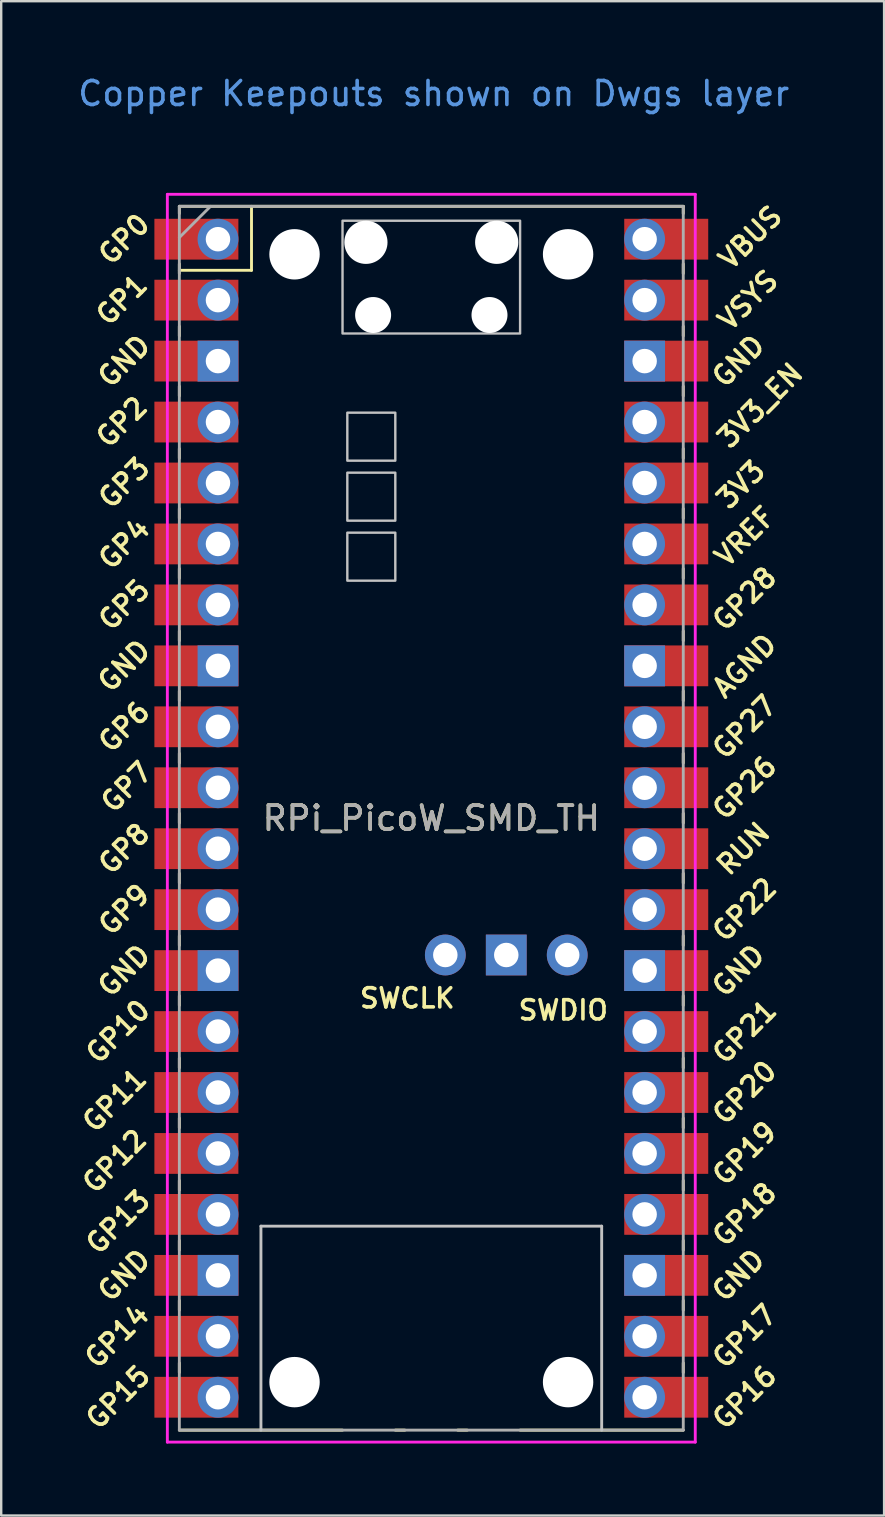
<source format=kicad_pcb>
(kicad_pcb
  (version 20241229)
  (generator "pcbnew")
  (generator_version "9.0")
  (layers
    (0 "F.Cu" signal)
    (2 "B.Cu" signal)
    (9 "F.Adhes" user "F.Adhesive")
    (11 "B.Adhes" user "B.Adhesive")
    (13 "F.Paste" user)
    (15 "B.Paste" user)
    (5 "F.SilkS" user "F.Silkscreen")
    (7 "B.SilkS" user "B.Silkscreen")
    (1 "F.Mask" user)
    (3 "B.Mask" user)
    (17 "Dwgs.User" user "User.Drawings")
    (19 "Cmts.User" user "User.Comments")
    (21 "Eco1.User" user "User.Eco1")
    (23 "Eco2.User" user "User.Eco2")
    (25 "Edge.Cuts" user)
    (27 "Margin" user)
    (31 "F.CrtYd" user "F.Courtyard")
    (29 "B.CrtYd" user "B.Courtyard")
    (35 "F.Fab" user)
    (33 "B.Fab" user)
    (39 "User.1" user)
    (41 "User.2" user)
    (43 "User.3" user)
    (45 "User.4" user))
  (footprint "RPi_PicoW_SMD_TH"
    (layer "F.Cu")
    (at 14.924 31.048)
    (property "Reference" "RPi_PicoW_SMD_TH" (at 0 0 0) (layer "F.SilkS") (effects (font (size 1 1) (thickness 0.15))))
    (attr through_hole)
    (fp_line (start -10.5 -25.5) (end -10.5 -25.2) (stroke (width 0.12) (type solid)) (layer "F.SilkS"))
    (fp_line (start -10.5 -25.5) (end 10.5 -25.5) (stroke (width 0.12) (type solid)) (layer "F.SilkS"))
    (fp_line (start -10.5 -23.1) (end -10.5 -22.7) (stroke (width 0.12) (type solid)) (layer "F.SilkS"))
    (fp_line (start -10.5 -22.833) (end -7.493 -22.833) (stroke (width 0.12) (type solid)) (layer "F.SilkS"))
    (fp_line (start -10.5 -20.5) (end -10.5 -20.1) (stroke (width 0.12) (type solid)) (layer "F.SilkS"))
    (fp_line (start -10.5 -18) (end -10.5 -17.6) (stroke (width 0.12) (type solid)) (layer "F.SilkS"))
    (fp_line (start -10.5 -15.4) (end -10.5 -15) (stroke (width 0.12) (type solid)) (layer "F.SilkS"))
    (fp_line (start -10.5 -12.9) (end -10.5 -12.5) (stroke (width 0.12) (type solid)) (layer "F.SilkS"))
    (fp_line (start -10.5 -10.4) (end -10.5 -10) (stroke (width 0.12) (type solid)) (layer "F.SilkS"))
    (fp_line (start -10.5 -7.8) (end -10.5 -7.4) (stroke (width 0.12) (type solid)) (layer "F.SilkS"))
    (fp_line (start -10.5 -5.3) (end -10.5 -4.9) (stroke (width 0.12) (type solid)) (layer "F.SilkS"))
    (fp_line (start -10.5 -2.7) (end -10.5 -2.3) (stroke (width 0.12) (type solid)) (layer "F.SilkS"))
    (fp_line (start -10.5 -0.2) (end -10.5 0.2) (stroke (width 0.12) (type solid)) (layer "F.SilkS"))
    (fp_line (start -10.5 2.3) (end -10.5 2.7) (stroke (width 0.12) (type solid)) (layer "F.SilkS"))
    (fp_line (start -10.5 4.9) (end -10.5 5.3) (stroke (width 0.12) (type solid)) (layer "F.SilkS"))
    (fp_line (start -10.5 7.4) (end -10.5 7.8) (stroke (width 0.12) (type solid)) (layer "F.SilkS"))
    (fp_line (start -10.5 10) (end -10.5 10.4) (stroke (width 0.12) (type solid)) (layer "F.SilkS"))
    (fp_line (start -10.5 12.5) (end -10.5 12.9) (stroke (width 0.12) (type solid)) (layer "F.SilkS"))
    (fp_line (start -10.5 15.1) (end -10.5 15.5) (stroke (width 0.12) (type solid)) (layer "F.SilkS"))
    (fp_line (start -10.5 17.6) (end -10.5 18) (stroke (width 0.12) (type solid)) (layer "F.SilkS"))
    (fp_line (start -10.5 20.1) (end -10.5 20.5) (stroke (width 0.12) (type solid)) (layer "F.SilkS"))
    (fp_line (start -10.5 22.7) (end -10.5 23.1) (stroke (width 0.12) (type solid)) (layer "F.SilkS"))
    (fp_line (start -7.493 -22.833) (end -7.493 -25.5) (stroke (width 0.12) (type solid)) (layer "F.SilkS"))
    (fp_line (start -3.7 25.5) (end -10.5 25.5) (stroke (width 0.12) (type solid)) (layer "F.SilkS"))
    (fp_line (start -1.5 25.5) (end -1.1 25.5) (stroke (width 0.12) (type solid)) (layer "F.SilkS"))
    (fp_line (start 1.1 25.5) (end 1.5 25.5) (stroke (width 0.12) (type solid)) (layer "F.SilkS"))
    (fp_line (start 10.5 -25.5) (end 10.5 -25.2) (stroke (width 0.12) (type solid)) (layer "F.SilkS"))
    (fp_line (start 10.5 -23.1) (end 10.5 -22.7) (stroke (width 0.12) (type solid)) (layer "F.SilkS"))
    (fp_line (start 10.5 -20.5) (end 10.5 -20.1) (stroke (width 0.12) (type solid)) (layer "F.SilkS"))
    (fp_line (start 10.5 -18) (end 10.5 -17.6) (stroke (width 0.12) (type solid)) (layer "F.SilkS"))
    (fp_line (start 10.5 -15.4) (end 10.5 -15) (stroke (width 0.12) (type solid)) (layer "F.SilkS"))
    (fp_line (start 10.5 -12.9) (end 10.5 -12.5) (stroke (width 0.12) (type solid)) (layer "F.SilkS"))
    (fp_line (start 10.5 -10.4) (end 10.5 -10) (stroke (width 0.12) (type solid)) (layer "F.SilkS"))
    (fp_line (start 10.5 -7.8) (end 10.5 -7.4) (stroke (width 0.12) (type solid)) (layer "F.SilkS"))
    (fp_line (start 10.5 -5.3) (end 10.5 -4.9) (stroke (width 0.12) (type solid)) (layer "F.SilkS"))
    (fp_line (start 10.5 -2.7) (end 10.5 -2.3) (stroke (width 0.12) (type solid)) (layer "F.SilkS"))
    (fp_line (start 10.5 -0.2) (end 10.5 0.2) (stroke (width 0.12) (type solid)) (layer "F.SilkS"))
    (fp_line (start 10.5 2.3) (end 10.5 2.7) (stroke (width 0.12) (type solid)) (layer "F.SilkS"))
    (fp_line (start 10.5 4.9) (end 10.5 5.3) (stroke (width 0.12) (type solid)) (layer "F.SilkS"))
    (fp_line (start 10.5 7.4) (end 10.5 7.8) (stroke (width 0.12) (type solid)) (layer "F.SilkS"))
    (fp_line (start 10.5 10) (end 10.5 10.4) (stroke (width 0.12) (type solid)) (layer "F.SilkS"))
    (fp_line (start 10.5 12.5) (end 10.5 12.9) (stroke (width 0.12) (type solid)) (layer "F.SilkS"))
    (fp_line (start 10.5 15.1) (end 10.5 15.5) (stroke (width 0.12) (type solid)) (layer "F.SilkS"))
    (fp_line (start 10.5 17.6) (end 10.5 18) (stroke (width 0.12) (type solid)) (layer "F.SilkS"))
    (fp_line (start 10.5 20.1) (end 10.5 20.5) (stroke (width 0.12) (type solid)) (layer "F.SilkS"))
    (fp_line (start 10.5 22.7) (end 10.5 23.1) (stroke (width 0.12) (type solid)) (layer "F.SilkS"))
    (fp_line (start 10.5 25.5) (end 3.7 25.5) (stroke (width 0.12) (type solid)) (layer "F.SilkS"))
    (fp_line (start -7.1 17) (end 7.1 17) (stroke (width 0.12) (type solid)) (layer "Dwgs.User"))
    (fp_line (start -7.1 25.5) (end -7.1 17) (stroke (width 0.12) (type solid)) (layer "Dwgs.User"))
    (fp_line (start 7.1 17) (end 7.1 25.5) (stroke (width 0.12) (type solid)) (layer "Dwgs.User"))
    (fp_poly (pts (xy -1.5 -14.9) (xy -3.5 -14.9) (xy -3.5 -16.9) (xy -1.5 -16.9)) (stroke (width 0.1) (type solid)) (fill no) (layer "Dwgs.User"))
    (fp_poly (pts (xy -1.5 -12.4) (xy -3.5 -12.4) (xy -3.5 -14.4) (xy -1.5 -14.4)) (stroke (width 0.1) (type solid)) (fill no) (layer "Dwgs.User"))
    (fp_poly (pts (xy -1.5 -9.9) (xy -3.5 -9.9) (xy -3.5 -11.9) (xy -1.5 -11.9)) (stroke (width 0.1) (type solid)) (fill no) (layer "Dwgs.User"))
    (fp_poly (pts (xy 3.7 -20.2) (xy -3.7 -20.2) (xy -3.7 -24.9) (xy 3.7 -24.9)) (stroke (width 0.1) (type solid)) (fill no) (layer "Dwgs.User"))
    (fp_line (start -11 -26) (end 11 -26) (stroke (width 0.12) (type solid)) (layer "F.CrtYd"))
    (fp_line (start -11 26) (end -11 -26) (stroke (width 0.12) (type solid)) (layer "F.CrtYd"))
    (fp_line (start 11 -26) (end 11 26) (stroke (width 0.12) (type solid)) (layer "F.CrtYd"))
    (fp_line (start 11 26) (end -11 26) (stroke (width 0.12) (type solid)) (layer "F.CrtYd"))
    (fp_line (start -10.5 -25.5) (end 10.5 -25.5) (stroke (width 0.12) (type solid)) (layer "F.Fab"))
    (fp_line (start -10.5 -24.2) (end -9.2 -25.5) (stroke (width 0.12) (type solid)) (layer "F.Fab"))
    (fp_line (start -10.5 25.5) (end -10.5 -25.5) (stroke (width 0.12) (type solid)) (layer "F.Fab"))
    (fp_line (start 10.5 -25.5) (end 10.5 25.5) (stroke (width 0.12) (type solid)) (layer "F.Fab"))
    (fp_line (start 10.5 25.5) (end -10.5 25.5) (stroke (width 0.12) (type solid)) (layer "F.Fab"))
    (fp_text user "VSYS" (at 13.2 -21.59 45) (layer "F.SilkS") (effects (font (size 0.8 0.8) (thickness 0.15))))
    (fp_text user "GP27" (at 13.054 -3.8 45) (layer "F.SilkS") (effects (font (size 0.8 0.8) (thickness 0.15))))
    (fp_text user "SWDIO" (at 5.5 8 0) (layer "F.SilkS") (effects (font (size 0.8 0.8) (thickness 0.15))))
    (fp_text user "GP4" (at -12.8 -11.43 45) (layer "F.SilkS") (effects (font (size 0.8 0.8) (thickness 0.15))))
    (fp_text user "RUN" (at 13 1.27 45) (layer "F.SilkS") (effects (font (size 0.8 0.8) (thickness 0.15))))
    (fp_text user "VBUS" (at 13.3 -24.2 45) (layer "F.SilkS") (effects (font (size 0.8 0.8) (thickness 0.15))))
    (fp_text user "GP16" (at 13.054 24.13 45) (layer "F.SilkS") (effects (font (size 0.8 0.8) (thickness 0.15))))
    (fp_text user "GP15" (at -13.054 24.13 45) (layer "F.SilkS") (effects (font (size 0.8 0.8) (thickness 0.15))))
    (fp_text user "AGND" (at 13.054 -6.35 45) (layer "F.SilkS") (effects (font (size 0.8 0.8) (thickness 0.15))))
    (fp_text user "GP22" (at 13.054 3.81 45) (layer "F.SilkS") (effects (font (size 0.8 0.8) (thickness 0.15))))
    (fp_text user "GP20" (at 13.054 11.43 45) (layer "F.SilkS") (effects (font (size 0.8 0.8) (thickness 0.15))))
    (fp_text user "GP19" (at 13.054 13.97 45) (layer "F.SilkS") (effects (font (size 0.8 0.8) (thickness 0.15))))
    (fp_text user "GND" (at -12.8 -6.35 45) (layer "F.SilkS") (effects (font (size 0.8 0.8) (thickness 0.15))))
    (fp_text user "GP0" (at -12.8 -24.13 45) (layer "F.SilkS") (effects (font (size 0.8 0.8) (thickness 0.15))))
    (fp_text user "SWCLK" (at -1 7.5 0) (layer "F.SilkS") (effects (font (size 0.8 0.8) (thickness 0.15))))
    (fp_text user "GP11" (at -13.2 11.752 45) (layer "F.SilkS") (effects (font (size 0.8 0.8) (thickness 0.15))))
    (fp_text user "GP5" (at -12.8 -8.89 45) (layer "F.SilkS") (effects (font (size 0.8 0.8) (thickness 0.15))))
    (fp_text user "GP26" (at 13.054 -1.27 45) (layer "F.SilkS") (effects (font (size 0.8 0.8) (thickness 0.15))))
    (fp_text user "GND" (at -12.8 6.35 45) (layer "F.SilkS") (effects (font (size 0.8 0.8) (thickness 0.15))))
    (fp_text user "GND" (at 12.8 6.35 45) (layer "F.SilkS") (effects (font (size 0.8 0.8) (thickness 0.15))))
    (fp_text user "GP21" (at 13.054 8.9 45) (layer "F.SilkS") (effects (font (size 0.8 0.8) (thickness 0.15))))
    (fp_text user "GP2" (at -12.9 -16.51 45) (layer "F.SilkS") (effects (font (size 0.8 0.8) (thickness 0.15))))
    (fp_text user "GP12" (at -13.2 14.293 45) (layer "F.SilkS") (effects (font (size 0.8 0.8) (thickness 0.15))))
    (fp_text user "GP3" (at -12.8 -13.97 45) (layer "F.SilkS") (effects (font (size 0.8 0.8) (thickness 0.15))))
    (fp_text user "GP7" (at -12.7 -1.3 45) (layer "F.SilkS") (effects (font (size 0.8 0.8) (thickness 0.15))))
    (fp_text user "GND" (at 12.8 -19.05 45) (layer "F.SilkS") (effects (font (size 0.8 0.8) (thickness 0.15))))
    (fp_text user "GP8" (at -12.8 1.27 45) (layer "F.SilkS") (effects (font (size 0.8 0.8) (thickness 0.15))))
    (fp_text user "GND" (at -12.8 19.05 45) (layer "F.SilkS") (effects (font (size 0.8 0.8) (thickness 0.15))))
    (fp_text user "GP10" (at -13.054 8.89 45) (layer "F.SilkS") (effects (font (size 0.8 0.8) (thickness 0.15))))
    (fp_text user "GP18" (at 13.054 16.51 45) (layer "F.SilkS") (effects (font (size 0.8 0.8) (thickness 0.15))))
    (fp_text user "GP1" (at -12.9 -21.6 45) (layer "F.SilkS") (effects (font (size 0.8 0.8) (thickness 0.15))))
    (fp_text user "GP6" (at -12.8 -3.81 45) (layer "F.SilkS") (effects (font (size 0.8 0.8) (thickness 0.15))))
    (fp_text user "3V3_EN" (at 13.7 -17.2 45) (layer "F.SilkS") (effects (font (size 0.8 0.8) (thickness 0.15))))
    (fp_text user "GND" (at 12.8 19.05 45) (layer "F.SilkS") (effects (font (size 0.8 0.8) (thickness 0.15))))
    (fp_text user "GP13" (at -13.054 16.832 45) (layer "F.SilkS") (effects (font (size 0.8 0.8) (thickness 0.15))))
    (fp_text user "GP28" (at 13.054 -9.144 45) (layer "F.SilkS") (effects (font (size 0.8 0.8) (thickness 0.15))))
    (fp_text user "GP14" (at -13.1 21.59 45) (layer "F.SilkS") (effects (font (size 0.8 0.8) (thickness 0.15))))
    (fp_text user "GP9" (at -12.8 3.81 45) (layer "F.SilkS") (effects (font (size 0.8 0.8) (thickness 0.15))))
    (fp_text user "VREF" (at 13.068 -11.742 45) (layer "F.SilkS") (effects (font (size 0.8 0.8) (thickness 0.15))))
    (fp_text user "GND" (at -12.8 -19.05 45) (layer "F.SilkS") (effects (font (size 0.8 0.8) (thickness 0.15))))
    (fp_text user "3V3" (at 12.9 -13.9 45) (layer "F.SilkS") (effects (font (size 0.8 0.8) (thickness 0.15))))
    (fp_text user "GP17" (at 13.054 21.59 45) (layer "F.SilkS") (effects (font (size 0.8 0.8) (thickness 0.15))))
    (fp_text user "Copper Keepouts shown on Dwgs layer" (at 0.1 -30.2 0) (layer "Cmts.User") (effects (font (size 1 1) (thickness 0.15))))
    (fp_text user "${REFERENCE}" (at 0 0 180) (layer "F.Fab") (effects (font (size 1 1) (thickness 0.15))))
    (pad "" np_thru_hole circle (at -5.7 -23.5) (size 2.1 2.1) (drill 2.1) (layers "*.Cu" "*.Mask"))
    (pad "" np_thru_hole circle (at -5.7 23.5) (size 2.1 2.1) (drill 2.1) (layers "*.Cu" "*.Mask"))
    (pad "" np_thru_hole oval (at -2.725 -24) (size 1.8 1.8) (drill 1.8) (layers "*.Cu" "*.Mask"))
    (pad "" np_thru_hole oval (at -2.425 -20.97) (size 1.5 1.5) (drill 1.5) (layers "*.Cu" "*.Mask"))
    (pad "" np_thru_hole oval (at 2.425 -20.97) (size 1.5 1.5) (drill 1.5) (layers "*.Cu" "*.Mask"))
    (pad "" np_thru_hole oval (at 2.725 -24) (size 1.8 1.8) (drill 1.8) (layers "*.Cu" "*.Mask"))
    (pad "" np_thru_hole circle (at 5.7 -23.5) (size 2.1 2.1) (drill 2.1) (layers "*.Cu" "*.Mask"))
    (pad "" np_thru_hole circle (at 5.7 23.5) (size 2.1 2.1) (drill 2.1) (layers "*.Cu" "*.Mask"))
    (pad "1" thru_hole oval (at -8.89 -24.13) (size 1.7 1.7) (drill 1.02) (layers "*.Cu" "*.Mask"))
    (pad "1" smd rect (at -8.89 -24.13) (size 3.5 1.7) (drill (offset -0.9 0)) (layers "F.Cu" "F.Mask"))
    (pad "2" thru_hole oval (at -8.89 -21.59) (size 1.7 1.7) (drill 1.02) (layers "*.Cu" "*.Mask"))
    (pad "2" smd rect (at -8.89 -21.59) (size 3.5 1.7) (drill (offset -0.9 0)) (layers "F.Cu" "F.Mask"))
    (pad "3" thru_hole rect (at -8.89 -19.05) (size 1.7 1.7) (drill 1.02) (layers "*.Cu" "*.Mask"))
    (pad "3" smd rect (at -8.89 -19.05) (size 3.5 1.7) (drill (offset -0.9 0)) (layers "F.Cu" "F.Mask"))
    (pad "4" thru_hole oval (at -8.89 -16.51) (size 1.7 1.7) (drill 1.02) (layers "*.Cu" "*.Mask"))
    (pad "4" smd rect (at -8.89 -16.51) (size 3.5 1.7) (drill (offset -0.9 0)) (layers "F.Cu" "F.Mask"))
    (pad "5" thru_hole oval (at -8.89 -13.97) (size 1.7 1.7) (drill 1.02) (layers "*.Cu" "*.Mask"))
    (pad "5" smd rect (at -8.89 -13.97) (size 3.5 1.7) (drill (offset -0.9 0)) (layers "F.Cu" "F.Mask"))
    (pad "6" thru_hole oval (at -8.89 -11.43) (size 1.7 1.7) (drill 1.02) (layers "*.Cu" "*.Mask"))
    (pad "6" smd rect (at -8.89 -11.43) (size 3.5 1.7) (drill (offset -0.9 0)) (layers "F.Cu" "F.Mask"))
    (pad "7" thru_hole oval (at -8.89 -8.89) (size 1.7 1.7) (drill 1.02) (layers "*.Cu" "*.Mask"))
    (pad "7" smd rect (at -8.89 -8.89) (size 3.5 1.7) (drill (offset -0.9 0)) (layers "F.Cu" "F.Mask"))
    (pad "8" thru_hole rect (at -8.89 -6.35) (size 1.7 1.7) (drill 1.02) (layers "*.Cu" "*.Mask"))
    (pad "8" smd rect (at -8.89 -6.35) (size 3.5 1.7) (drill (offset -0.9 0)) (layers "F.Cu" "F.Mask"))
    (pad "9" thru_hole oval (at -8.89 -3.81) (size 1.7 1.7) (drill 1.02) (layers "*.Cu" "*.Mask"))
    (pad "9" smd rect (at -8.89 -3.81) (size 3.5 1.7) (drill (offset -0.9 0)) (layers "F.Cu" "F.Mask"))
    (pad "10" thru_hole oval (at -8.89 -1.27) (size 1.7 1.7) (drill 1.02) (layers "*.Cu" "*.Mask"))
    (pad "10" smd rect (at -8.89 -1.27) (size 3.5 1.7) (drill (offset -0.9 0)) (layers "F.Cu" "F.Mask"))
    (pad "11" thru_hole oval (at -8.89 1.27) (size 1.7 1.7) (drill 1.02) (layers "*.Cu" "*.Mask"))
    (pad "11" smd rect (at -8.89 1.27) (size 3.5 1.7) (drill (offset -0.9 0)) (layers "F.Cu" "F.Mask"))
    (pad "12" thru_hole oval (at -8.89 3.81) (size 1.7 1.7) (drill 1.02) (layers "*.Cu" "*.Mask"))
    (pad "12" smd rect (at -8.89 3.81) (size 3.5 1.7) (drill (offset -0.9 0)) (layers "F.Cu" "F.Mask"))
    (pad "13" thru_hole rect (at -8.89 6.35) (size 1.7 1.7) (drill 1.02) (layers "*.Cu" "*.Mask"))
    (pad "13" smd rect (at -8.89 6.35) (size 3.5 1.7) (drill (offset -0.9 0)) (layers "F.Cu" "F.Mask"))
    (pad "14" thru_hole oval (at -8.89 8.89) (size 1.7 1.7) (drill 1.02) (layers "*.Cu" "*.Mask"))
    (pad "14" smd rect (at -8.89 8.89) (size 3.5 1.7) (drill (offset -0.9 0)) (layers "F.Cu" "F.Mask"))
    (pad "15" thru_hole oval (at -8.89 11.43) (size 1.7 1.7) (drill 1.02) (layers "*.Cu" "*.Mask"))
    (pad "15" smd rect (at -8.89 11.43) (size 3.5 1.7) (drill (offset -0.9 0)) (layers "F.Cu" "F.Mask"))
    (pad "16" thru_hole oval (at -8.89 13.97) (size 1.7 1.7) (drill 1.02) (layers "*.Cu" "*.Mask"))
    (pad "16" smd rect (at -8.89 13.97) (size 3.5 1.7) (drill (offset -0.9 0)) (layers "F.Cu" "F.Mask"))
    (pad "17" thru_hole oval (at -8.89 16.51) (size 1.7 1.7) (drill 1.02) (layers "*.Cu" "*.Mask"))
    (pad "17" smd rect (at -8.89 16.51) (size 3.5 1.7) (drill (offset -0.9 0)) (layers "F.Cu" "F.Mask"))
    (pad "18" thru_hole rect (at -8.89 19.05) (size 1.7 1.7) (drill 1.02) (layers "*.Cu" "*.Mask"))
    (pad "18" smd rect (at -8.89 19.05) (size 3.5 1.7) (drill (offset -0.9 0)) (layers "F.Cu" "F.Mask"))
    (pad "19" thru_hole oval (at -8.89 21.59) (size 1.7 1.7) (drill 1.02) (layers "*.Cu" "*.Mask"))
    (pad "19" smd rect (at -8.89 21.59) (size 3.5 1.7) (drill (offset -0.9 0)) (layers "F.Cu" "F.Mask"))
    (pad "20" thru_hole oval (at -8.89 24.13) (size 1.7 1.7) (drill 1.02) (layers "*.Cu" "*.Mask"))
    (pad "20" smd rect (at -8.89 24.13) (size 3.5 1.7) (drill (offset -0.9 0)) (layers "F.Cu" "F.Mask"))
    (pad "21" thru_hole oval (at 8.89 24.13) (size 1.7 1.7) (drill 1.02) (layers "*.Cu" "*.Mask"))
    (pad "21" smd rect (at 8.89 24.13) (size 3.5 1.7) (drill (offset 0.9 0)) (layers "F.Cu" "F.Mask"))
    (pad "22" thru_hole oval (at 8.89 21.59) (size 1.7 1.7) (drill 1.02) (layers "*.Cu" "*.Mask"))
    (pad "22" smd rect (at 8.89 21.59) (size 3.5 1.7) (drill (offset 0.9 0)) (layers "F.Cu" "F.Mask"))
    (pad "23" thru_hole rect (at 8.89 19.05) (size 1.7 1.7) (drill 1.02) (layers "*.Cu" "*.Mask"))
    (pad "23" smd rect (at 8.89 19.05) (size 3.5 1.7) (drill (offset 0.9 0)) (layers "F.Cu" "F.Mask"))
    (pad "24" thru_hole oval (at 8.89 16.51) (size 1.7 1.7) (drill 1.02) (layers "*.Cu" "*.Mask"))
    (pad "24" smd rect (at 8.89 16.51) (size 3.5 1.7) (drill (offset 0.9 0)) (layers "F.Cu" "F.Mask"))
    (pad "25" thru_hole oval (at 8.89 13.97) (size 1.7 1.7) (drill 1.02) (layers "*.Cu" "*.Mask"))
    (pad "25" smd rect (at 8.89 13.97) (size 3.5 1.7) (drill (offset 0.9 0)) (layers "F.Cu" "F.Mask"))
    (pad "26" thru_hole oval (at 8.89 11.43) (size 1.7 1.7) (drill 1.02) (layers "*.Cu" "*.Mask"))
    (pad "26" smd rect (at 8.89 11.43) (size 3.5 1.7) (drill (offset 0.9 0)) (layers "F.Cu" "F.Mask"))
    (pad "27" thru_hole oval (at 8.89 8.89) (size 1.7 1.7) (drill 1.02) (layers "*.Cu" "*.Mask"))
    (pad "27" smd rect (at 8.89 8.89) (size 3.5 1.7) (drill (offset 0.9 0)) (layers "F.Cu" "F.Mask"))
    (pad "28" thru_hole rect (at 8.89 6.35) (size 1.7 1.7) (drill 1.02) (layers "*.Cu" "*.Mask"))
    (pad "28" smd rect (at 8.89 6.35) (size 3.5 1.7) (drill (offset 0.9 0)) (layers "F.Cu" "F.Mask"))
    (pad "29" thru_hole oval (at 8.89 3.81) (size 1.7 1.7) (drill 1.02) (layers "*.Cu" "*.Mask"))
    (pad "29" smd rect (at 8.89 3.81) (size 3.5 1.7) (drill (offset 0.9 0)) (layers "F.Cu" "F.Mask"))
    (pad "30" thru_hole oval (at 8.89 1.27) (size 1.7 1.7) (drill 1.02) (layers "*.Cu" "*.Mask"))
    (pad "30" smd rect (at 8.89 1.27) (size 3.5 1.7) (drill (offset 0.9 0)) (layers "F.Cu" "F.Mask"))
    (pad "31" thru_hole oval (at 8.89 -1.27) (size 1.7 1.7) (drill 1.02) (layers "*.Cu" "*.Mask"))
    (pad "31" smd rect (at 8.89 -1.27) (size 3.5 1.7) (drill (offset 0.9 0)) (layers "F.Cu" "F.Mask"))
    (pad "32" thru_hole oval (at 8.89 -3.81) (size 1.7 1.7) (drill 1.02) (layers "*.Cu" "*.Mask"))
    (pad "32" smd rect (at 8.89 -3.81) (size 3.5 1.7) (drill (offset 0.9 0)) (layers "F.Cu" "F.Mask"))
    (pad "33" thru_hole rect (at 8.89 -6.35) (size 1.7 1.7) (drill 1.02) (layers "*.Cu" "*.Mask"))
    (pad "33" smd rect (at 8.89 -6.35) (size 3.5 1.7) (drill (offset 0.9 0)) (layers "F.Cu" "F.Mask"))
    (pad "34" thru_hole oval (at 8.89 -8.89) (size 1.7 1.7) (drill 1.02) (layers "*.Cu" "*.Mask"))
    (pad "34" smd rect (at 8.89 -8.89) (size 3.5 1.7) (drill (offset 0.9 0)) (layers "F.Cu" "F.Mask"))
    (pad "35" thru_hole oval (at 8.89 -11.43) (size 1.7 1.7) (drill 1.02) (layers "*.Cu" "*.Mask"))
    (pad "35" smd rect (at 8.89 -11.43) (size 3.5 1.7) (drill (offset 0.9 0)) (layers "F.Cu" "F.Mask"))
    (pad "36" thru_hole oval (at 8.89 -13.97) (size 1.7 1.7) (drill 1.02) (layers "*.Cu" "*.Mask"))
    (pad "36" smd rect (at 8.89 -13.97) (size 3.5 1.7) (drill (offset 0.9 0)) (layers "F.Cu" "F.Mask"))
    (pad "37" thru_hole oval (at 8.89 -16.51) (size 1.7 1.7) (drill 1.02) (layers "*.Cu" "*.Mask"))
    (pad "37" smd rect (at 8.89 -16.51) (size 3.5 1.7) (drill (offset 0.9 0)) (layers "F.Cu" "F.Mask"))
    (pad "38" thru_hole rect (at 8.89 -19.05) (size 1.7 1.7) (drill 1.02) (layers "*.Cu" "*.Mask"))
    (pad "38" smd rect (at 8.89 -19.05) (size 3.5 1.7) (drill (offset 0.9 0)) (layers "F.Cu" "F.Mask"))
    (pad "39" thru_hole oval (at 8.89 -21.59) (size 1.7 1.7) (drill 1.02) (layers "*.Cu" "*.Mask"))
    (pad "39" smd rect (at 8.89 -21.59) (size 3.5 1.7) (drill (offset 0.9 0)) (layers "F.Cu" "F.Mask"))
    (pad "40" thru_hole oval (at 8.89 -24.13) (size 1.7 1.7) (drill 1.02) (layers "*.Cu" "*.Mask"))
    (pad "40" smd rect (at 8.89 -24.13) (size 3.5 1.7) (drill (offset 0.9 0)) (layers "F.Cu" "F.Mask"))
    (pad "41" thru_hole oval (at 0.584 5.7) (size 1.7 1.7) (drill 1.02) (layers "*.Cu" "*.Mask"))
    (pad "42" thru_hole rect (at 3.124 5.7) (size 1.7 1.7) (drill 1.02) (layers "*.Cu" "*.Mask"))
    (pad "43" thru_hole oval (at 5.664 5.7) (size 1.7 1.7) (drill 1.02) (layers "*.Cu" "*.Mask")))
  (gr_rect
    (start -3 -3)
    (end 33.793 60.108)
    (stroke (width 0.1) (type default))
    (fill no)
    (layer "Edge.Cuts")))
</source>
